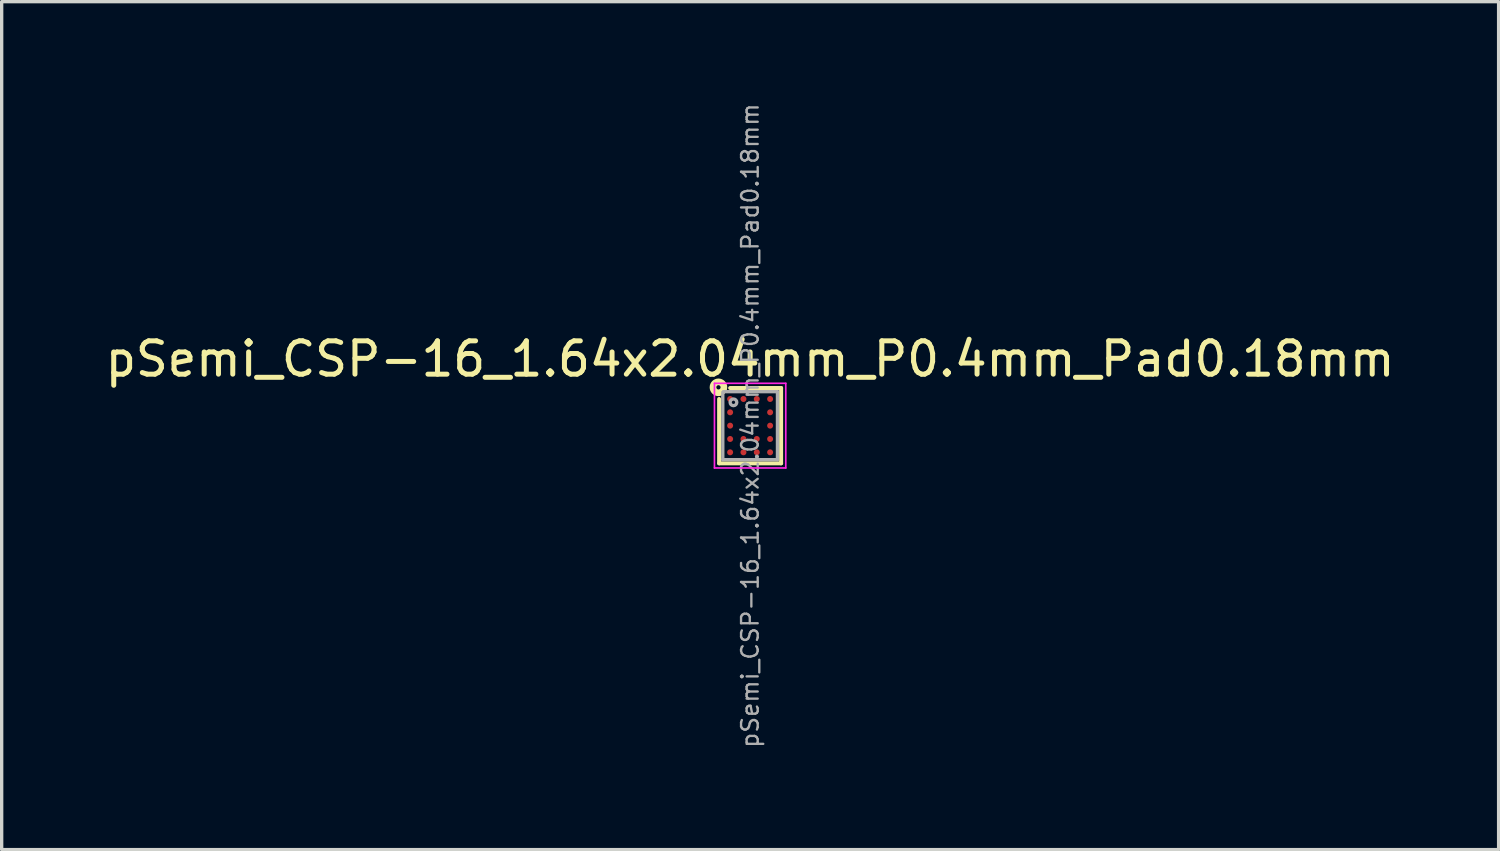
<source format=kicad_pcb>
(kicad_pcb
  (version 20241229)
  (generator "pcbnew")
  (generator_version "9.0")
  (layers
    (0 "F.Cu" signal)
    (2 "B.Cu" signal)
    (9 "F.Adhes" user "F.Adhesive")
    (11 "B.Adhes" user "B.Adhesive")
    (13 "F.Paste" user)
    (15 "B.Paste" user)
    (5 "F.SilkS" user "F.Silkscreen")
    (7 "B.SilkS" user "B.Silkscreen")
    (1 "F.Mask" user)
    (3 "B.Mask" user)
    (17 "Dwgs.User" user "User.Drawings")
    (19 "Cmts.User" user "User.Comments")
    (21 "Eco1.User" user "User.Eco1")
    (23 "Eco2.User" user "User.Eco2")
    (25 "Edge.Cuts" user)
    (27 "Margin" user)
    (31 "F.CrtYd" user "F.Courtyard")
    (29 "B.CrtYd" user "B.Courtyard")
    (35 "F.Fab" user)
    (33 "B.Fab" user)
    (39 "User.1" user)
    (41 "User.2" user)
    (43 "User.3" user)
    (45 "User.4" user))
  (footprint "pSemi_CSP-16_1.64x2.04mm_P0.4mm_Pad0.18mm"
    (layer "F.Cu")
    (at 19.458 9.722)
    (property "Reference" "pSemi_CSP-16_1.64x2.04mm_P0.4mm_Pad0.18mm" (at 0 -2 0) (layer "F.SilkS") (effects (font (size 1 1) (thickness 0.15))))
    (attr smd)
    (fp_line (start -0.93 -0.8) (end -0.93 1.13) (stroke (width 0.12) (type solid)) (layer "F.SilkS"))
    (fp_line (start 0.93 -1.13) (end -0.6 -1.13) (stroke (width 0.12) (type solid)) (layer "F.SilkS"))
    (fp_line (start 0.93 -1.13) (end 0.93 1.13) (stroke (width 0.12) (type solid)) (layer "F.SilkS"))
    (fp_line (start 0.93 1.13) (end -0.93 1.13) (stroke (width 0.12) (type solid)) (layer "F.SilkS"))
    (fp_circle (center -0.95 -1.15) (end -0.886 -1.15) (stroke (width 0.2) (type solid)) (fill no) (layer "F.SilkS"))
    (fp_line (start -1.07 -1.27) (end -1.07 1.27) (stroke (width 0.05) (type solid)) (layer "F.CrtYd"))
    (fp_line (start 1.07 -1.27) (end -1.07 -1.27) (stroke (width 0.05) (type solid)) (layer "F.CrtYd"))
    (fp_line (start 1.07 -1.27) (end 1.07 1.27) (stroke (width 0.05) (type solid)) (layer "F.CrtYd"))
    (fp_line (start 1.07 1.27) (end -1.07 1.27) (stroke (width 0.05) (type solid)) (layer "F.CrtYd"))
    (fp_line (start -0.82 1.02) (end -0.82 -1) (stroke (width 0.1) (type solid)) (layer "F.Fab"))
    (fp_line (start -0.8 -1.02) (end 0.82 -1.02) (stroke (width 0.1) (type solid)) (layer "F.Fab"))
    (fp_line (start 0.82 -1.02) (end 0.82 1.02) (stroke (width 0.1) (type solid)) (layer "F.Fab"))
    (fp_line (start 0.82 1.02) (end -0.82 1.02) (stroke (width 0.1) (type solid)) (layer "F.Fab"))
    (fp_circle (center -0.5 -0.7) (end -0.4 -0.7) (stroke (width 0.1) (type solid)) (fill no) (layer "F.Fab"))
    (fp_text user "${REFERENCE}" (at 0 0 90) (layer "F.Fab") (effects (font (size 0.5 0.5) (thickness 0.07))))
    (pad "1" smd circle (at -0.6 -0.8) (size 0.18 0.18) (layers "F.Cu" "F.Mask" "F.Paste"))
    (pad "2" smd circle (at -0.6 -0.4) (size 0.18 0.18) (layers "F.Cu" "F.Mask" "F.Paste"))
    (pad "3" smd circle (at -0.6 0) (size 0.18 0.18) (layers "F.Cu" "F.Mask" "F.Paste"))
    (pad "4" smd circle (at -0.6 0.4) (size 0.18 0.18) (layers "F.Cu" "F.Mask" "F.Paste"))
    (pad "5" smd circle (at -0.6 0.8) (size 0.18 0.18) (layers "F.Cu" "F.Mask" "F.Paste"))
    (pad "6" smd circle (at -0.2 -0.8) (size 0.18 0.18) (layers "F.Cu" "F.Mask" "F.Paste"))
    (pad "7" smd circle (at -0.2 0.4) (size 0.18 0.18) (layers "F.Cu" "F.Mask" "F.Paste"))
    (pad "8" smd circle (at -0.2 0.8) (size 0.18 0.18) (layers "F.Cu" "F.Mask" "F.Paste"))
    (pad "9" smd circle (at 0.2 -0.8) (size 0.18 0.18) (layers "F.Cu" "F.Mask" "F.Paste"))
    (pad "10" smd circle (at 0.2 0.4) (size 0.18 0.18) (layers "F.Cu" "F.Mask" "F.Paste"))
    (pad "11" smd circle (at 0.2 0.8) (size 0.18 0.18) (layers "F.Cu" "F.Mask" "F.Paste"))
    (pad "12" smd circle (at 0.6 -0.8) (size 0.18 0.18) (layers "F.Cu" "F.Mask" "F.Paste"))
    (pad "13" smd circle (at 0.6 -0.4) (size 0.18 0.18) (layers "F.Cu" "F.Mask" "F.Paste"))
    (pad "14" smd circle (at 0.6 0) (size 0.18 0.18) (layers "F.Cu" "F.Mask" "F.Paste"))
    (pad "15" smd circle (at 0.6 0.4) (size 0.18 0.18) (layers "F.Cu" "F.Mask" "F.Paste"))
    (pad "16" smd circle (at 0.6 0.8) (size 0.18 0.18) (layers "F.Cu" "F.Mask" "F.Paste")))
  (gr_rect
    (start -3 -3)
    (end 41.917 22.443)
    (stroke (width 0.1) (type default))
    (fill no)
    (layer "Edge.Cuts")))
</source>
